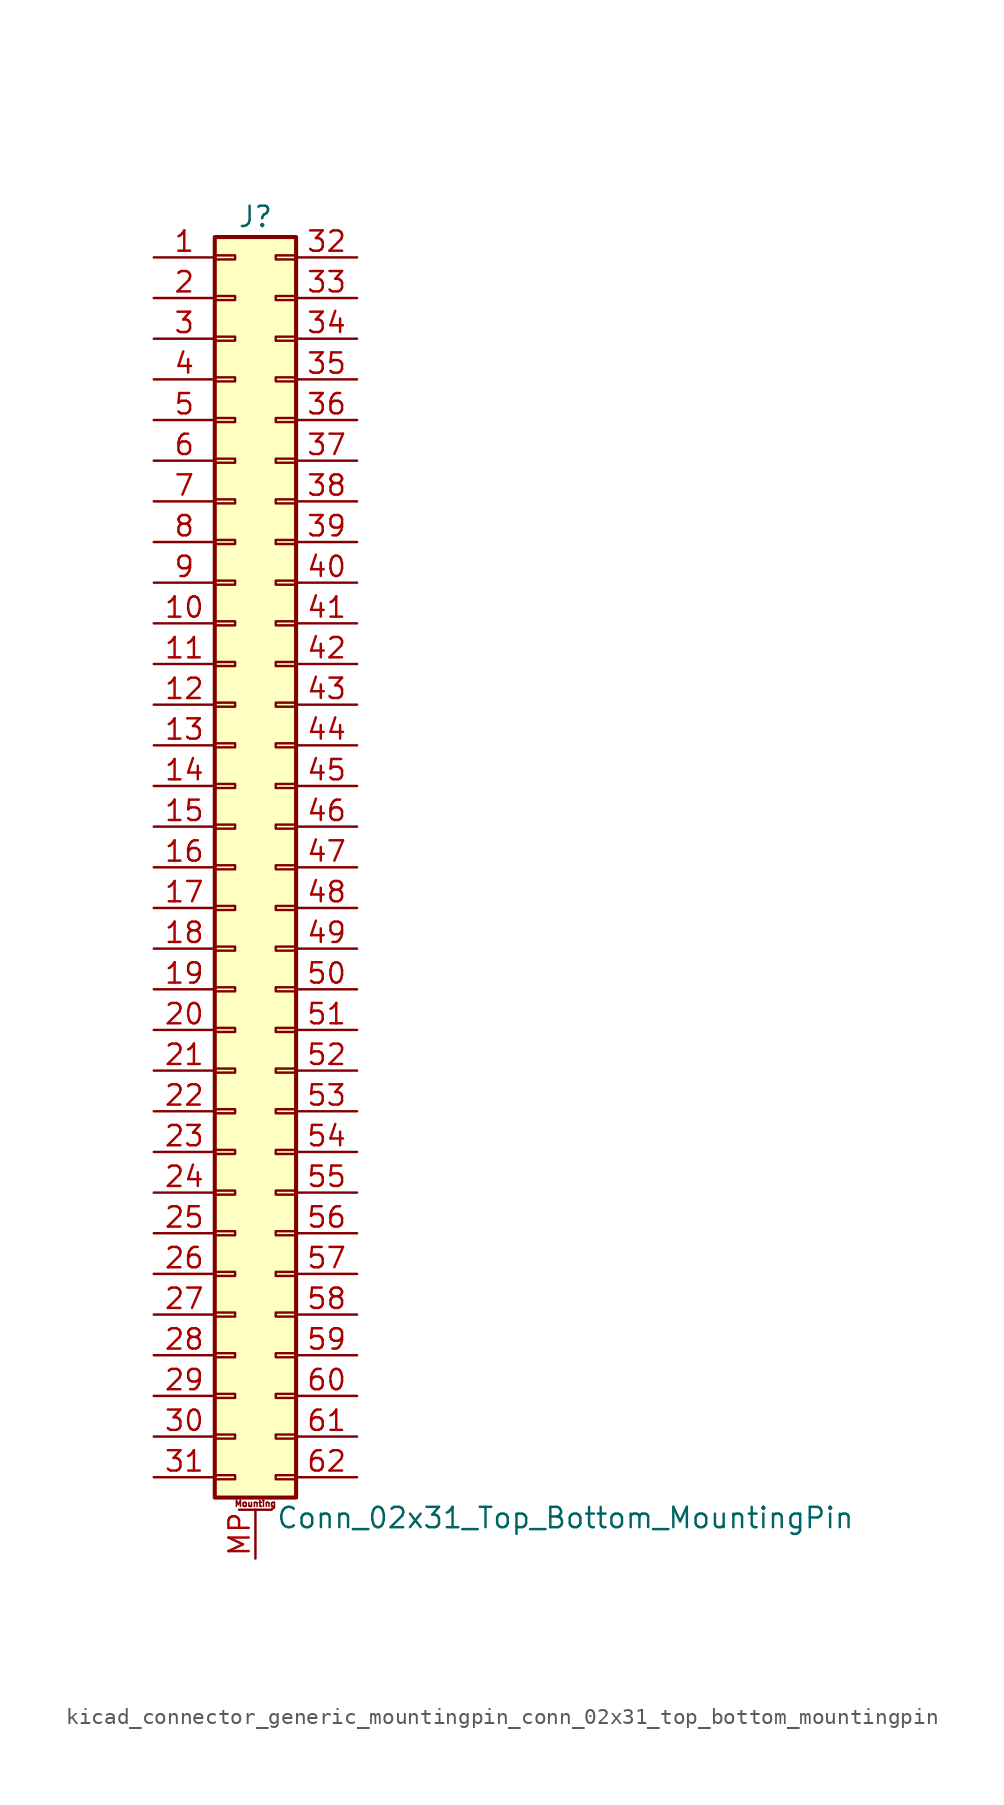
<source format=kicad_sym>
(kicad_symbol_lib
  (version 20220914)
  (generator kicad_symbol_editor)
  (symbol "kicad_connector_generic_mountingpin_conn_02x31_top_bottom_mountingpin"
    (pin_names
      (offset 1.016) hide)
    (property "Reference" "J"
      (at 1.27 40.64 0)
      (effects (font (size 1.27 1.27))))
    (property "Value" "Conn_02x31_Top_Bottom_MountingPin"
      (at 2.54 -40.64 0)
      (effects (font (size 1.27 1.27)) (justify left)))
    (symbol "kicad_connector_generic_mountingpin_conn_02x31_top_bottom_mountingpin_1_1"
      (rectangle (start -1.27 -37.973) (end 0 -38.227) (stroke (width 0.152) (type default)) (fill (type none)))
      (rectangle (start -1.27 -35.433) (end 0 -35.687) (stroke (width 0.152) (type default)) (fill (type none)))
      (rectangle (start -1.27 -32.893) (end 0 -33.147) (stroke (width 0.152) (type default)) (fill (type none)))
      (rectangle (start -1.27 -30.353) (end 0 -30.607) (stroke (width 0.152) (type default)) (fill (type none)))
      (rectangle (start -1.27 -27.813) (end 0 -28.067) (stroke (width 0.152) (type default)) (fill (type none)))
      (rectangle (start -1.27 -25.273) (end 0 -25.527) (stroke (width 0.152) (type default)) (fill (type none)))
      (rectangle (start -1.27 -22.733) (end 0 -22.987) (stroke (width 0.152) (type default)) (fill (type none)))
      (rectangle (start -1.27 -20.193) (end 0 -20.447) (stroke (width 0.152) (type default)) (fill (type none)))
      (rectangle (start -1.27 -17.653) (end 0 -17.907) (stroke (width 0.152) (type default)) (fill (type none)))
      (rectangle (start -1.27 -15.113) (end 0 -15.367) (stroke (width 0.152) (type default)) (fill (type none)))
      (rectangle (start -1.27 -12.573) (end 0 -12.827) (stroke (width 0.152) (type default)) (fill (type none)))
      (rectangle (start -1.27 -10.033) (end 0 -10.287) (stroke (width 0.152) (type default)) (fill (type none)))
      (rectangle (start -1.27 -7.493) (end 0 -7.747) (stroke (width 0.152) (type default)) (fill (type none)))
      (rectangle (start -1.27 -4.953) (end 0 -5.207) (stroke (width 0.152) (type default)) (fill (type none)))
      (rectangle (start -1.27 -2.413) (end 0 -2.667) (stroke (width 0.152) (type default)) (fill (type none)))
      (rectangle (start -1.27 0.127) (end 0 -0.127) (stroke (width 0.152) (type default)) (fill (type none)))
      (rectangle (start -1.27 2.667) (end 0 2.413) (stroke (width 0.152) (type default)) (fill (type none)))
      (rectangle (start -1.27 5.207) (end 0 4.953) (stroke (width 0.152) (type default)) (fill (type none)))
      (rectangle (start -1.27 7.747) (end 0 7.493) (stroke (width 0.152) (type default)) (fill (type none)))
      (rectangle (start -1.27 10.287) (end 0 10.033) (stroke (width 0.152) (type default)) (fill (type none)))
      (rectangle (start -1.27 12.827) (end 0 12.573) (stroke (width 0.152) (type default)) (fill (type none)))
      (rectangle (start -1.27 15.367) (end 0 15.113) (stroke (width 0.152) (type default)) (fill (type none)))
      (rectangle (start -1.27 17.907) (end 0 17.653) (stroke (width 0.152) (type default)) (fill (type none)))
      (rectangle (start -1.27 20.447) (end 0 20.193) (stroke (width 0.152) (type default)) (fill (type none)))
      (rectangle (start -1.27 22.987) (end 0 22.733) (stroke (width 0.152) (type default)) (fill (type none)))
      (rectangle (start -1.27 25.527) (end 0 25.273) (stroke (width 0.152) (type default)) (fill (type none)))
      (rectangle (start -1.27 28.067) (end 0 27.813) (stroke (width 0.152) (type default)) (fill (type none)))
      (rectangle (start -1.27 30.607) (end 0 30.353) (stroke (width 0.152) (type default)) (fill (type none)))
      (rectangle (start -1.27 33.147) (end 0 32.893) (stroke (width 0.152) (type default)) (fill (type none)))
      (rectangle (start -1.27 35.687) (end 0 35.433) (stroke (width 0.152) (type default)) (fill (type none)))
      (rectangle (start -1.27 38.227) (end 0 37.973) (stroke (width 0.152) (type default)) (fill (type none)))
      (rectangle (start -1.27 39.37) (end 3.81 -39.37) (stroke (width 0.254) (type default)) (fill (type background)))
      (polyline (pts (xy 0.254 -40.132) (xy 2.286 -40.132)) (stroke (width 0.152) (type default)) (fill (type none)))
      (rectangle (start 3.81 -37.973) (end 2.54 -38.227) (stroke (width 0.152) (type default)) (fill (type none)))
      (rectangle (start 3.81 -35.433) (end 2.54 -35.687) (stroke (width 0.152) (type default)) (fill (type none)))
      (rectangle (start 3.81 -32.893) (end 2.54 -33.147) (stroke (width 0.152) (type default)) (fill (type none)))
      (rectangle (start 3.81 -30.353) (end 2.54 -30.607) (stroke (width 0.152) (type default)) (fill (type none)))
      (rectangle (start 3.81 -27.813) (end 2.54 -28.067) (stroke (width 0.152) (type default)) (fill (type none)))
      (rectangle (start 3.81 -25.273) (end 2.54 -25.527) (stroke (width 0.152) (type default)) (fill (type none)))
      (rectangle (start 3.81 -22.733) (end 2.54 -22.987) (stroke (width 0.152) (type default)) (fill (type none)))
      (rectangle (start 3.81 -20.193) (end 2.54 -20.447) (stroke (width 0.152) (type default)) (fill (type none)))
      (rectangle (start 3.81 -17.653) (end 2.54 -17.907) (stroke (width 0.152) (type default)) (fill (type none)))
      (rectangle (start 3.81 -15.113) (end 2.54 -15.367) (stroke (width 0.152) (type default)) (fill (type none)))
      (rectangle (start 3.81 -12.573) (end 2.54 -12.827) (stroke (width 0.152) (type default)) (fill (type none)))
      (rectangle (start 3.81 -10.033) (end 2.54 -10.287) (stroke (width 0.152) (type default)) (fill (type none)))
      (rectangle (start 3.81 -7.493) (end 2.54 -7.747) (stroke (width 0.152) (type default)) (fill (type none)))
      (rectangle (start 3.81 -4.953) (end 2.54 -5.207) (stroke (width 0.152) (type default)) (fill (type none)))
      (rectangle (start 3.81 -2.413) (end 2.54 -2.667) (stroke (width 0.152) (type default)) (fill (type none)))
      (rectangle (start 3.81 0.127) (end 2.54 -0.127) (stroke (width 0.152) (type default)) (fill (type none)))
      (rectangle (start 3.81 2.667) (end 2.54 2.413) (stroke (width 0.152) (type default)) (fill (type none)))
      (rectangle (start 3.81 5.207) (end 2.54 4.953) (stroke (width 0.152) (type default)) (fill (type none)))
      (rectangle (start 3.81 7.747) (end 2.54 7.493) (stroke (width 0.152) (type default)) (fill (type none)))
      (rectangle (start 3.81 10.287) (end 2.54 10.033) (stroke (width 0.152) (type default)) (fill (type none)))
      (rectangle (start 3.81 12.827) (end 2.54 12.573) (stroke (width 0.152) (type default)) (fill (type none)))
      (rectangle (start 3.81 15.367) (end 2.54 15.113) (stroke (width 0.152) (type default)) (fill (type none)))
      (rectangle (start 3.81 17.907) (end 2.54 17.653) (stroke (width 0.152) (type default)) (fill (type none)))
      (rectangle (start 3.81 20.447) (end 2.54 20.193) (stroke (width 0.152) (type default)) (fill (type none)))
      (rectangle (start 3.81 22.987) (end 2.54 22.733) (stroke (width 0.152) (type default)) (fill (type none)))
      (rectangle (start 3.81 25.527) (end 2.54 25.273) (stroke (width 0.152) (type default)) (fill (type none)))
      (rectangle (start 3.81 28.067) (end 2.54 27.813) (stroke (width 0.152) (type default)) (fill (type none)))
      (rectangle (start 3.81 30.607) (end 2.54 30.353) (stroke (width 0.152) (type default)) (fill (type none)))
      (rectangle (start 3.81 33.147) (end 2.54 32.893) (stroke (width 0.152) (type default)) (fill (type none)))
      (rectangle (start 3.81 35.687) (end 2.54 35.433) (stroke (width 0.152) (type default)) (fill (type none)))
      (rectangle (start 3.81 38.227) (end 2.54 37.973) (stroke (width 0.152) (type default)) (fill (type none)))
      (text "Mounting" (at 1.27 -39.751 0) (effects (font (size 0.381 0.381))))
      (pin passive line (at -5.08 38.1 0) (length 3.81) (name "Pin_1" (effects (font (size 1.27 1.27)))) (number "1" (effects (font (size 1.27 1.27)))))
      (pin passive line (at -5.08 15.24 0) (length 3.81) (name "Pin_10" (effects (font (size 1.27 1.27)))) (number "10" (effects (font (size 1.27 1.27)))))
      (pin passive line (at -5.08 12.7 0) (length 3.81) (name "Pin_11" (effects (font (size 1.27 1.27)))) (number "11" (effects (font (size 1.27 1.27)))))
      (pin passive line (at -5.08 10.16 0) (length 3.81) (name "Pin_12" (effects (font (size 1.27 1.27)))) (number "12" (effects (font (size 1.27 1.27)))))
      (pin passive line (at -5.08 7.62 0) (length 3.81) (name "Pin_13" (effects (font (size 1.27 1.27)))) (number "13" (effects (font (size 1.27 1.27)))))
      (pin passive line (at -5.08 5.08 0) (length 3.81) (name "Pin_14" (effects (font (size 1.27 1.27)))) (number "14" (effects (font (size 1.27 1.27)))))
      (pin passive line (at -5.08 2.54 0) (length 3.81) (name "Pin_15" (effects (font (size 1.27 1.27)))) (number "15" (effects (font (size 1.27 1.27)))))
      (pin passive line (at -5.08 0 0) (length 3.81) (name "Pin_16" (effects (font (size 1.27 1.27)))) (number "16" (effects (font (size 1.27 1.27)))))
      (pin passive line (at -5.08 -2.54 0) (length 3.81) (name "Pin_17" (effects (font (size 1.27 1.27)))) (number "17" (effects (font (size 1.27 1.27)))))
      (pin passive line (at -5.08 -5.08 0) (length 3.81) (name "Pin_18" (effects (font (size 1.27 1.27)))) (number "18" (effects (font (size 1.27 1.27)))))
      (pin passive line (at -5.08 -7.62 0) (length 3.81) (name "Pin_19" (effects (font (size 1.27 1.27)))) (number "19" (effects (font (size 1.27 1.27)))))
      (pin passive line (at -5.08 35.56 0) (length 3.81) (name "Pin_2" (effects (font (size 1.27 1.27)))) (number "2" (effects (font (size 1.27 1.27)))))
      (pin passive line (at -5.08 -10.16 0) (length 3.81) (name "Pin_20" (effects (font (size 1.27 1.27)))) (number "20" (effects (font (size 1.27 1.27)))))
      (pin passive line (at -5.08 -12.7 0) (length 3.81) (name "Pin_21" (effects (font (size 1.27 1.27)))) (number "21" (effects (font (size 1.27 1.27)))))
      (pin passive line (at -5.08 -15.24 0) (length 3.81) (name "Pin_22" (effects (font (size 1.27 1.27)))) (number "22" (effects (font (size 1.27 1.27)))))
      (pin passive line (at -5.08 -17.78 0) (length 3.81) (name "Pin_23" (effects (font (size 1.27 1.27)))) (number "23" (effects (font (size 1.27 1.27)))))
      (pin passive line (at -5.08 -20.32 0) (length 3.81) (name "Pin_24" (effects (font (size 1.27 1.27)))) (number "24" (effects (font (size 1.27 1.27)))))
      (pin passive line (at -5.08 -22.86 0) (length 3.81) (name "Pin_25" (effects (font (size 1.27 1.27)))) (number "25" (effects (font (size 1.27 1.27)))))
      (pin passive line (at -5.08 -25.4 0) (length 3.81) (name "Pin_26" (effects (font (size 1.27 1.27)))) (number "26" (effects (font (size 1.27 1.27)))))
      (pin passive line (at -5.08 -27.94 0) (length 3.81) (name "Pin_27" (effects (font (size 1.27 1.27)))) (number "27" (effects (font (size 1.27 1.27)))))
      (pin passive line (at -5.08 -30.48 0) (length 3.81) (name "Pin_28" (effects (font (size 1.27 1.27)))) (number "28" (effects (font (size 1.27 1.27)))))
      (pin passive line (at -5.08 -33.02 0) (length 3.81) (name "Pin_29" (effects (font (size 1.27 1.27)))) (number "29" (effects (font (size 1.27 1.27)))))
      (pin passive line (at -5.08 33.02 0) (length 3.81) (name "Pin_3" (effects (font (size 1.27 1.27)))) (number "3" (effects (font (size 1.27 1.27)))))
      (pin passive line (at -5.08 -35.56 0) (length 3.81) (name "Pin_30" (effects (font (size 1.27 1.27)))) (number "30" (effects (font (size 1.27 1.27)))))
      (pin passive line (at -5.08 -38.1 0) (length 3.81) (name "Pin_31" (effects (font (size 1.27 1.27)))) (number "31" (effects (font (size 1.27 1.27)))))
      (pin passive line (at 7.62 38.1 180) (length 3.81) (name "Pin_32" (effects (font (size 1.27 1.27)))) (number "32" (effects (font (size 1.27 1.27)))))
      (pin passive line (at 7.62 35.56 180) (length 3.81) (name "Pin_33" (effects (font (size 1.27 1.27)))) (number "33" (effects (font (size 1.27 1.27)))))
      (pin passive line (at 7.62 33.02 180) (length 3.81) (name "Pin_34" (effects (font (size 1.27 1.27)))) (number "34" (effects (font (size 1.27 1.27)))))
      (pin passive line (at 7.62 30.48 180) (length 3.81) (name "Pin_35" (effects (font (size 1.27 1.27)))) (number "35" (effects (font (size 1.27 1.27)))))
      (pin passive line (at 7.62 27.94 180) (length 3.81) (name "Pin_36" (effects (font (size 1.27 1.27)))) (number "36" (effects (font (size 1.27 1.27)))))
      (pin passive line (at 7.62 25.4 180) (length 3.81) (name "Pin_37" (effects (font (size 1.27 1.27)))) (number "37" (effects (font (size 1.27 1.27)))))
      (pin passive line (at 7.62 22.86 180) (length 3.81) (name "Pin_38" (effects (font (size 1.27 1.27)))) (number "38" (effects (font (size 1.27 1.27)))))
      (pin passive line (at 7.62 20.32 180) (length 3.81) (name "Pin_39" (effects (font (size 1.27 1.27)))) (number "39" (effects (font (size 1.27 1.27)))))
      (pin passive line (at -5.08 30.48 0) (length 3.81) (name "Pin_4" (effects (font (size 1.27 1.27)))) (number "4" (effects (font (size 1.27 1.27)))))
      (pin passive line (at 7.62 17.78 180) (length 3.81) (name "Pin_40" (effects (font (size 1.27 1.27)))) (number "40" (effects (font (size 1.27 1.27)))))
      (pin passive line (at 7.62 15.24 180) (length 3.81) (name "Pin_41" (effects (font (size 1.27 1.27)))) (number "41" (effects (font (size 1.27 1.27)))))
      (pin passive line (at 7.62 12.7 180) (length 3.81) (name "Pin_42" (effects (font (size 1.27 1.27)))) (number "42" (effects (font (size 1.27 1.27)))))
      (pin passive line (at 7.62 10.16 180) (length 3.81) (name "Pin_43" (effects (font (size 1.27 1.27)))) (number "43" (effects (font (size 1.27 1.27)))))
      (pin passive line (at 7.62 7.62 180) (length 3.81) (name "Pin_44" (effects (font (size 1.27 1.27)))) (number "44" (effects (font (size 1.27 1.27)))))
      (pin passive line (at 7.62 5.08 180) (length 3.81) (name "Pin_45" (effects (font (size 1.27 1.27)))) (number "45" (effects (font (size 1.27 1.27)))))
      (pin passive line (at 7.62 2.54 180) (length 3.81) (name "Pin_46" (effects (font (size 1.27 1.27)))) (number "46" (effects (font (size 1.27 1.27)))))
      (pin passive line (at 7.62 0 180) (length 3.81) (name "Pin_47" (effects (font (size 1.27 1.27)))) (number "47" (effects (font (size 1.27 1.27)))))
      (pin passive line (at 7.62 -2.54 180) (length 3.81) (name "Pin_48" (effects (font (size 1.27 1.27)))) (number "48" (effects (font (size 1.27 1.27)))))
      (pin passive line (at 7.62 -5.08 180) (length 3.81) (name "Pin_49" (effects (font (size 1.27 1.27)))) (number "49" (effects (font (size 1.27 1.27)))))
      (pin passive line (at -5.08 27.94 0) (length 3.81) (name "Pin_5" (effects (font (size 1.27 1.27)))) (number "5" (effects (font (size 1.27 1.27)))))
      (pin passive line (at 7.62 -7.62 180) (length 3.81) (name "Pin_50" (effects (font (size 1.27 1.27)))) (number "50" (effects (font (size 1.27 1.27)))))
      (pin passive line (at 7.62 -10.16 180) (length 3.81) (name "Pin_51" (effects (font (size 1.27 1.27)))) (number "51" (effects (font (size 1.27 1.27)))))
      (pin passive line (at 7.62 -12.7 180) (length 3.81) (name "Pin_52" (effects (font (size 1.27 1.27)))) (number "52" (effects (font (size 1.27 1.27)))))
      (pin passive line (at 7.62 -15.24 180) (length 3.81) (name "Pin_53" (effects (font (size 1.27 1.27)))) (number "53" (effects (font (size 1.27 1.27)))))
      (pin passive line (at 7.62 -17.78 180) (length 3.81) (name "Pin_54" (effects (font (size 1.27 1.27)))) (number "54" (effects (font (size 1.27 1.27)))))
      (pin passive line (at 7.62 -20.32 180) (length 3.81) (name "Pin_55" (effects (font (size 1.27 1.27)))) (number "55" (effects (font (size 1.27 1.27)))))
      (pin passive line (at 7.62 -22.86 180) (length 3.81) (name "Pin_56" (effects (font (size 1.27 1.27)))) (number "56" (effects (font (size 1.27 1.27)))))
      (pin passive line (at 7.62 -25.4 180) (length 3.81) (name "Pin_57" (effects (font (size 1.27 1.27)))) (number "57" (effects (font (size 1.27 1.27)))))
      (pin passive line (at 7.62 -27.94 180) (length 3.81) (name "Pin_58" (effects (font (size 1.27 1.27)))) (number "58" (effects (font (size 1.27 1.27)))))
      (pin passive line (at 7.62 -30.48 180) (length 3.81) (name "Pin_59" (effects (font (size 1.27 1.27)))) (number "59" (effects (font (size 1.27 1.27)))))
      (pin passive line (at -5.08 25.4 0) (length 3.81) (name "Pin_6" (effects (font (size 1.27 1.27)))) (number "6" (effects (font (size 1.27 1.27)))))
      (pin passive line (at 7.62 -33.02 180) (length 3.81) (name "Pin_60" (effects (font (size 1.27 1.27)))) (number "60" (effects (font (size 1.27 1.27)))))
      (pin passive line (at 7.62 -35.56 180) (length 3.81) (name "Pin_61" (effects (font (size 1.27 1.27)))) (number "61" (effects (font (size 1.27 1.27)))))
      (pin passive line (at 7.62 -38.1 180) (length 3.81) (name "Pin_62" (effects (font (size 1.27 1.27)))) (number "62" (effects (font (size 1.27 1.27)))))
      (pin passive line (at -5.08 22.86 0) (length 3.81) (name "Pin_7" (effects (font (size 1.27 1.27)))) (number "7" (effects (font (size 1.27 1.27)))))
      (pin passive line (at -5.08 20.32 0) (length 3.81) (name "Pin_8" (effects (font (size 1.27 1.27)))) (number "8" (effects (font (size 1.27 1.27)))))
      (pin passive line (at -5.08 17.78 0) (length 3.81) (name "Pin_9" (effects (font (size 1.27 1.27)))) (number "9" (effects (font (size 1.27 1.27)))))
      (pin passive line (at 1.27 -43.18 90) (length 3.048) (name "MountPin" (effects (font (size 1.27 1.27)))) (number "MP" (effects (font (size 1.27 1.27))))))))
</source>
